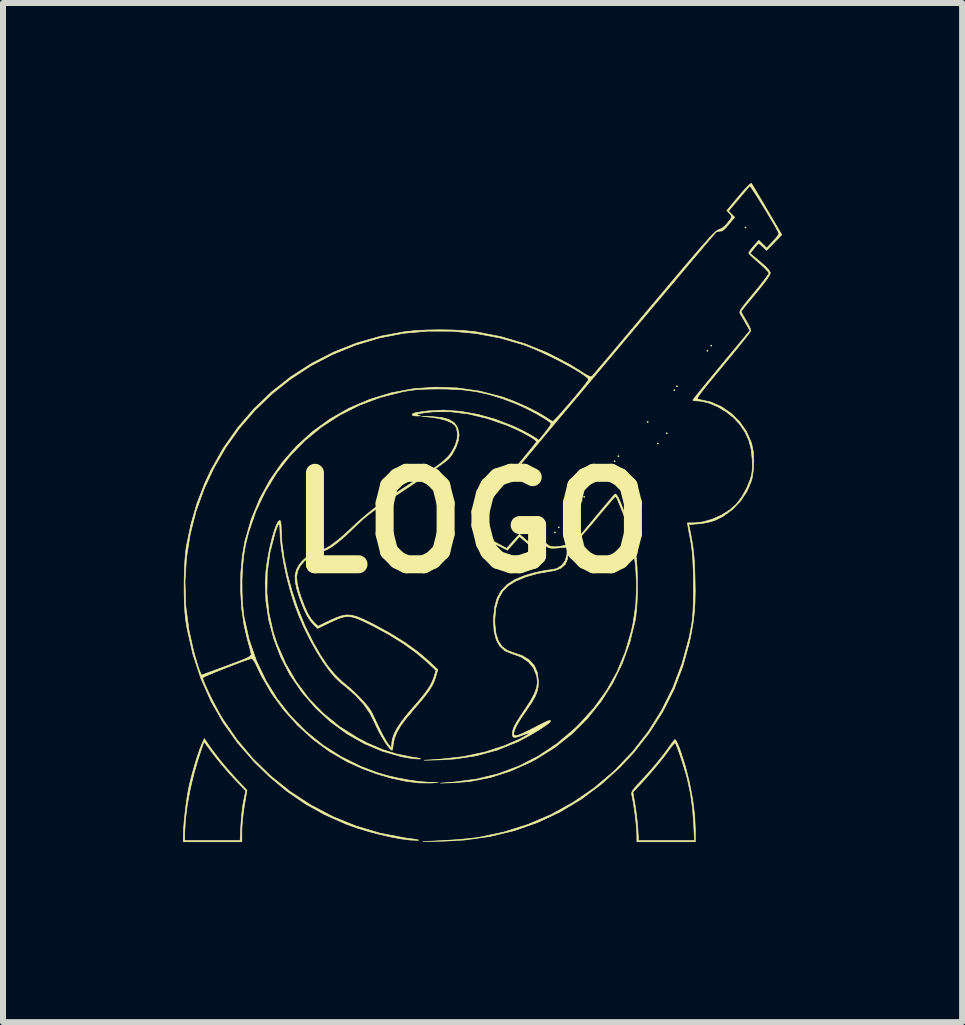
<source format=kicad_pcb>
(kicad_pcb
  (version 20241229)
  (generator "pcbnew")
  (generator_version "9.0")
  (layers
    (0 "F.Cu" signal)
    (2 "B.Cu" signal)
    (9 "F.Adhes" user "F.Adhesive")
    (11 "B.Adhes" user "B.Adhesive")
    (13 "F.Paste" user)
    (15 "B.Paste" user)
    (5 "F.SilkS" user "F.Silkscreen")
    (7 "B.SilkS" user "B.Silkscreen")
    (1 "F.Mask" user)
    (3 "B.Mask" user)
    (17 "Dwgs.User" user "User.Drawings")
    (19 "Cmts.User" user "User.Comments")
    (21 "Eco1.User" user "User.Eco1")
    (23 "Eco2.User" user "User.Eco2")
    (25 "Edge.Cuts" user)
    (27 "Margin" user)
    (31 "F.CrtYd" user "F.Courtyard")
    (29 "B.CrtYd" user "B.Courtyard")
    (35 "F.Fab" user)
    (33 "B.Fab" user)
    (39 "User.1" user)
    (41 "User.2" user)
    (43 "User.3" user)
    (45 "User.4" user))
  (footprint "LOGO"
    (layer "F.Cu")
    (at 4.81 5.662)
    (property "Reference" "LOGO" (at 0 0 0) (layer "F.SilkS") (effects (font (size 1.524 1.524) (thickness 0.3))))
    (attr through_hole)
    (fp_poly (pts (xy 1.397 0.159) (xy 1.386 0.169) (xy 1.376 0.159) (xy 1.386 0.148) (xy 1.397 0.159)) (stroke (width 0.01) (type solid)) (fill yes) (layer "F.SilkS"))
    (fp_poly (pts (xy 1.46 0.074) (xy 1.45 0.085) (xy 1.439 0.074) (xy 1.45 0.064) (xy 1.46 0.074)) (stroke (width 0.01) (type solid)) (fill yes) (layer "F.SilkS"))
    (fp_poly (pts (xy 1.841 -0.37) (xy 1.831 -0.36) (xy 1.82 -0.37) (xy 1.831 -0.381) (xy 1.841 -0.37)) (stroke (width 0.01) (type solid)) (fill yes) (layer "F.SilkS"))
    (fp_poly (pts (xy 1.884 -0.434) (xy 1.873 -0.423) (xy 1.863 -0.434) (xy 1.873 -0.445) (xy 1.884 -0.434)) (stroke (width 0.01) (type solid)) (fill yes) (layer "F.SilkS"))
    (fp_poly (pts (xy 2.392 -1.027) (xy 2.381 -1.016) (xy 2.371 -1.027) (xy 2.381 -1.037) (xy 2.392 -1.027)) (stroke (width 0.01) (type solid)) (fill yes) (layer "F.SilkS"))
    (fp_poly (pts (xy 2.455 -1.111) (xy 2.445 -1.101) (xy 2.434 -1.111) (xy 2.445 -1.122) (xy 2.455 -1.111)) (stroke (width 0.01) (type solid)) (fill yes) (layer "F.SilkS"))
    (fp_poly (pts (xy 2.646 -0.751) (xy 2.635 -0.741) (xy 2.625 -0.751) (xy 2.635 -0.762) (xy 2.646 -0.751)) (stroke (width 0.01) (type solid)) (fill yes) (layer "F.SilkS"))
    (fp_poly (pts (xy 2.942 -1.683) (xy 2.932 -1.672) (xy 2.921 -1.683) (xy 2.932 -1.693) (xy 2.942 -1.683)) (stroke (width 0.01) (type solid)) (fill yes) (layer "F.SilkS"))
    (fp_poly (pts (xy 3.111 -1.323) (xy 3.101 -1.312) (xy 3.09 -1.323) (xy 3.101 -1.333) (xy 3.111 -1.323)) (stroke (width 0.01) (type solid)) (fill yes) (layer "F.SilkS"))
    (fp_poly (pts (xy 3.26 -1.492) (xy 3.249 -1.482) (xy 3.239 -1.492) (xy 3.249 -1.503) (xy 3.26 -1.492)) (stroke (width 0.01) (type solid)) (fill yes) (layer "F.SilkS"))
    (fp_poly (pts (xy 3.387 -2.212) (xy 3.376 -2.201) (xy 3.365 -2.212) (xy 3.376 -2.223) (xy 3.387 -2.212)) (stroke (width 0.01) (type solid)) (fill yes) (layer "F.SilkS"))
    (fp_poly (pts (xy 3.429 -2.275) (xy 3.418 -2.265) (xy 3.408 -2.275) (xy 3.418 -2.286) (xy 3.429 -2.275)) (stroke (width 0.01) (type solid)) (fill yes) (layer "F.SilkS"))
    (fp_poly (pts (xy 3.937 -2.868) (xy 3.926 -2.857) (xy 3.916 -2.868) (xy 3.926 -2.879) (xy 3.937 -2.868)) (stroke (width 0.01) (type solid)) (fill yes) (layer "F.SilkS"))
    (fp_poly (pts (xy 4 -2.953) (xy 3.99 -2.942) (xy 3.979 -2.953) (xy 3.99 -2.963) (xy 4 -2.953)) (stroke (width 0.01) (type solid)) (fill yes) (layer "F.SilkS"))
    (fp_poly (pts (xy 4.572 -4.921) (xy 4.561 -4.911) (xy 4.551 -4.921) (xy 4.561 -4.932) (xy 4.572 -4.921)) (stroke (width 0.01) (type solid)) (fill yes) (layer "F.SilkS"))
    (fp_poly (pts (xy -4.379 3.707) (xy -4.295 3.824) (xy -4.189 3.96) (xy -4.068 4.105) (xy -3.941 4.247) (xy -3.895 4.297) (xy -3.746 4.455) (xy -3.788 4.707) (xy -3.806 4.827) (xy -3.82 4.954) (xy -3.829 5.07) (xy -3.831 5.136) (xy -3.831 5.313) (xy -4.805 5.313) (xy -4.805 5.212) (xy -4.804 5.199) (xy -4.784 5.199) (xy -4.784 5.292) (xy -3.859 5.292) (xy -3.847 5.043) (xy -3.838 4.923) (xy -3.826 4.799) (xy -3.811 4.688) (xy -3.8 4.629) (xy -3.765 4.463) (xy -3.953 4.267) (xy -4.047 4.165) (xy -4.149 4.046) (xy -4.246 3.929) (xy -4.302 3.857) (xy -4.462 3.644) (xy -4.558 3.933) (xy -4.63 4.179) (xy -4.691 4.436) (xy -4.739 4.693) (xy -4.77 4.938) (xy -4.783 5.161) (xy -4.784 5.199) (xy -4.804 5.199) (xy -4.801 5.098) (xy -4.79 4.955) (xy -4.773 4.799) (xy -4.753 4.641) (xy -4.73 4.496) (xy -4.719 4.434) (xy -4.692 4.313) (xy -4.656 4.175) (xy -4.615 4.032) (xy -4.573 3.894) (xy -4.532 3.774) (xy -4.496 3.683) (xy -4.492 3.675) (xy -4.455 3.593) (xy -4.379 3.707)) (stroke (width 0.01) (type solid)) (fill yes) (layer "F.SilkS"))
    (fp_poly (pts (xy 3.4 3.623) (xy 3.424 3.669) (xy 3.454 3.738) (xy 3.471 3.784) (xy 3.557 4.049) (xy 3.627 4.327) (xy 3.68 4.605) (xy 3.714 4.872) (xy 3.725 5.112) (xy 3.725 5.313) (xy 2.752 5.313) (xy 2.751 5.191) (xy 2.747 5.112) (xy 2.738 5.004) (xy 2.724 4.881) (xy 2.707 4.757) (xy 2.689 4.645) (xy 2.672 4.558) (xy 2.671 4.551) (xy 2.664 4.517) (xy 2.667 4.488) (xy 2.667 4.486) (xy 2.685 4.486) (xy 2.718 4.682) (xy 2.736 4.8) (xy 2.752 4.934) (xy 2.764 5.06) (xy 2.766 5.085) (xy 2.779 5.292) (xy 3.711 5.292) (xy 3.698 5.011) (xy 3.678 4.75) (xy 3.644 4.507) (xy 3.591 4.261) (xy 3.589 4.254) (xy 3.566 4.17) (xy 3.537 4.074) (xy 3.505 3.971) (xy 3.472 3.872) (xy 3.44 3.784) (xy 3.414 3.714) (xy 3.395 3.671) (xy 3.387 3.662) (xy 3.368 3.678) (xy 3.334 3.719) (xy 3.301 3.762) (xy 3.198 3.901) (xy 3.073 4.055) (xy 2.938 4.212) (xy 2.838 4.323) (xy 2.685 4.486) (xy 2.667 4.486) (xy 2.683 4.456) (xy 2.716 4.413) (xy 2.772 4.351) (xy 2.814 4.307) (xy 2.937 4.172) (xy 3.061 4.029) (xy 3.174 3.889) (xy 3.269 3.763) (xy 3.298 3.721) (xy 3.339 3.665) (xy 3.371 3.623) (xy 3.385 3.61) (xy 3.4 3.623)) (stroke (width 0.01) (type solid)) (fill yes) (layer "F.SilkS"))
    (fp_poly (pts (xy -0.656 -1.77) (xy -0.498 -1.755) (xy -0.377 -1.721) (xy -0.29 -1.666) (xy -0.236 -1.589) (xy -0.213 -1.488) (xy -0.212 -1.456) (xy -0.227 -1.358) (xy -0.268 -1.248) (xy -0.328 -1.14) (xy -0.372 -1.081) (xy -0.405 -1.051) (xy -0.469 -1.001) (xy -0.558 -0.936) (xy -0.667 -0.858) (xy -0.793 -0.771) (xy -0.929 -0.679) (xy -0.984 -0.642) (xy -1.167 -0.521) (xy -1.318 -0.42) (xy -1.443 -0.336) (xy -1.545 -0.266) (xy -1.629 -0.206) (xy -1.699 -0.154) (xy -1.759 -0.107) (xy -1.814 -0.06) (xy -1.867 -0.012) (xy -1.923 0.041) (xy -1.987 0.103) (xy -2.001 0.117) (xy -2.127 0.235) (xy -2.242 0.332) (xy -2.341 0.404) (xy -2.421 0.45) (xy -2.477 0.466) (xy -2.53 0.478) (xy -2.603 0.51) (xy -2.681 0.555) (xy -2.753 0.604) (xy -2.791 0.637) (xy -2.859 0.718) (xy -2.901 0.802) (xy -2.918 0.895) (xy -2.909 1.005) (xy -2.877 1.139) (xy -2.846 1.234) (xy -2.788 1.388) (xy -2.734 1.507) (xy -2.68 1.597) (xy -2.622 1.665) (xy -2.616 1.67) (xy -2.561 1.722) (xy -2.366 1.628) (xy -2.258 1.58) (xy -2.167 1.548) (xy -2.087 1.534) (xy -2.006 1.538) (xy -1.918 1.561) (xy -1.812 1.604) (xy -1.682 1.667) (xy -1.64 1.688) (xy -1.359 1.841) (xy -1.107 1.998) (xy -0.889 2.156) (xy -0.733 2.289) (xy -0.566 2.445) (xy -0.599 2.561) (xy -0.625 2.636) (xy -0.659 2.709) (xy -0.706 2.786) (xy -0.771 2.874) (xy -0.857 2.979) (xy -0.968 3.108) (xy -1.091 3.253) (xy -1.183 3.377) (xy -1.247 3.487) (xy -1.288 3.586) (xy -1.307 3.681) (xy -1.308 3.684) (xy -1.315 3.744) (xy -1.323 3.782) (xy -1.328 3.789) (xy -1.355 3.771) (xy -1.395 3.723) (xy -1.444 3.653) (xy -1.496 3.568) (xy -1.547 3.477) (xy -1.592 3.386) (xy -1.61 3.343) (xy -1.692 3.178) (xy -1.798 3.024) (xy -1.935 2.874) (xy -2.106 2.724) (xy -2.174 2.671) (xy -2.268 2.584) (xy -2.371 2.463) (xy -2.478 2.313) (xy -2.586 2.141) (xy -2.691 1.952) (xy -2.79 1.753) (xy -2.879 1.55) (xy -2.953 1.355) (xy -3.022 1.133) (xy -3.083 0.902) (xy -3.132 0.67) (xy -3.169 0.448) (xy -3.191 0.247) (xy -3.196 0.111) (xy -3.199 0.044) (xy -3.207 0.016) (xy -3.223 0.027) (xy -3.246 0.077) (xy -3.278 0.169) (xy -3.279 0.171) (xy -3.363 0.496) (xy -3.408 0.829) (xy -3.413 1.165) (xy -3.38 1.499) (xy -3.307 1.825) (xy -3.246 2.01) (xy -3.102 2.341) (xy -2.925 2.646) (xy -2.716 2.924) (xy -2.475 3.173) (xy -2.204 3.393) (xy -1.903 3.583) (xy -1.728 3.674) (xy -1.487 3.777) (xy -1.252 3.851) (xy -1.002 3.902) (xy -0.974 3.906) (xy -0.894 3.918) (xy -0.855 3.927) (xy -0.854 3.931) (xy -0.889 3.933) (xy -0.955 3.929) (xy -1.046 3.917) (xy -1.143 3.9) (xy -1.164 3.896) (xy -1.483 3.806) (xy -1.789 3.678) (xy -2.08 3.513) (xy -2.352 3.314) (xy -2.603 3.083) (xy -2.828 2.823) (xy -3.025 2.536) (xy -3.037 2.516) (xy -3.183 2.234) (xy -3.298 1.933) (xy -3.381 1.622) (xy -3.429 1.308) (xy -3.441 0.998) (xy -3.429 0.809) (xy -3.411 0.667) (xy -3.387 0.524) (xy -3.358 0.384) (xy -3.326 0.254) (xy -3.293 0.141) (xy -3.26 0.049) (xy -3.23 -0.013) (xy -3.203 -0.041) (xy -3.197 -0.042) (xy -3.185 -0.023) (xy -3.177 0.031) (xy -3.175 0.091) (xy -3.163 0.326) (xy -3.127 0.586) (xy -3.07 0.86) (xy -2.994 1.139) (xy -2.902 1.414) (xy -2.796 1.676) (xy -2.762 1.751) (xy -2.64 1.996) (xy -2.521 2.203) (xy -2.405 2.377) (xy -2.286 2.522) (xy -2.162 2.644) (xy -2.116 2.682) (xy -2.008 2.773) (xy -1.903 2.872) (xy -1.809 2.97) (xy -1.732 3.06) (xy -1.679 3.135) (xy -1.668 3.155) (xy -1.644 3.205) (xy -1.607 3.282) (xy -1.564 3.372) (xy -1.536 3.429) (xy -1.49 3.521) (xy -1.444 3.605) (xy -1.405 3.669) (xy -1.387 3.694) (xy -1.334 3.757) (xy -1.334 3.691) (xy -1.324 3.608) (xy -1.294 3.518) (xy -1.242 3.418) (xy -1.164 3.303) (xy -1.058 3.169) (xy -0.954 3.049) (xy -0.846 2.923) (xy -0.764 2.818) (xy -0.703 2.729) (xy -0.659 2.647) (xy -0.628 2.566) (xy -0.624 2.551) (xy -0.595 2.457) (xy -0.756 2.307) (xy -0.933 2.158) (xy -1.145 2.006) (xy -1.386 1.857) (xy -1.648 1.715) (xy -1.66 1.709) (xy -1.795 1.643) (xy -1.901 1.596) (xy -1.987 1.569) (xy -2.063 1.559) (xy -2.137 1.568) (xy -2.217 1.593) (xy -2.312 1.635) (xy -2.361 1.658) (xy -2.568 1.758) (xy -2.629 1.7) (xy -2.687 1.634) (xy -2.74 1.552) (xy -2.792 1.445) (xy -2.847 1.306) (xy -2.868 1.249) (xy -2.916 1.097) (xy -2.941 0.974) (xy -2.943 0.871) (xy -2.921 0.782) (xy -2.875 0.698) (xy -2.821 0.633) (xy -2.756 0.574) (xy -2.676 0.518) (xy -2.592 0.474) (xy -2.519 0.448) (xy -2.491 0.445) (xy -2.437 0.429) (xy -2.359 0.384) (xy -2.261 0.311) (xy -2.144 0.215) (xy -2.014 0.096) (xy -1.985 0.068) (xy -1.875 -0.034) (xy -1.764 -0.13) (xy -1.646 -0.225) (xy -1.515 -0.323) (xy -1.365 -0.428) (xy -1.189 -0.545) (xy -0.99 -0.674) (xy -0.822 -0.782) (xy -0.686 -0.872) (xy -0.578 -0.948) (xy -0.493 -1.012) (xy -0.428 -1.07) (xy -0.377 -1.124) (xy -0.337 -1.178) (xy -0.304 -1.237) (xy -0.273 -1.301) (xy -0.244 -1.397) (xy -0.238 -1.494) (xy -0.254 -1.579) (xy -0.278 -1.623) (xy -0.336 -1.668) (xy -0.427 -1.708) (xy -0.541 -1.739) (xy -0.667 -1.759) (xy -0.836 -1.775) (xy -0.656 -1.77)) (stroke (width 0.01) (type solid)) (fill yes) (layer "F.SilkS"))
    (fp_poly (pts (xy 4.673 -5.635) (xy 4.705 -5.582) (xy 4.753 -5.502) (xy 4.812 -5.403) (xy 4.88 -5.288) (xy 4.919 -5.221) (xy 5.165 -4.801) (xy 5.039 -4.671) (xy 4.913 -4.54) (xy 4.853 -4.599) (xy 4.812 -4.635) (xy 4.784 -4.655) (xy 4.781 -4.657) (xy 4.762 -4.642) (xy 4.727 -4.603) (xy 4.703 -4.574) (xy 4.636 -4.491) (xy 4.805 -4.35) (xy 4.893 -4.273) (xy 4.947 -4.215) (xy 4.972 -4.174) (xy 4.974 -4.161) (xy 4.96 -4.126) (xy 4.919 -4.062) (xy 4.853 -3.975) (xy 4.766 -3.866) (xy 4.731 -3.824) (xy 4.653 -3.73) (xy 4.585 -3.648) (xy 4.532 -3.582) (xy 4.498 -3.538) (xy 4.487 -3.522) (xy 4.497 -3.5) (xy 4.524 -3.451) (xy 4.562 -3.384) (xy 4.574 -3.365) (xy 4.618 -3.287) (xy 4.641 -3.234) (xy 4.644 -3.198) (xy 4.639 -3.181) (xy 4.62 -3.156) (xy 4.578 -3.102) (xy 4.516 -3.024) (xy 4.437 -2.926) (xy 4.344 -2.812) (xy 4.24 -2.686) (xy 4.171 -2.603) (xy 4.05 -2.456) (xy 3.953 -2.339) (xy 3.879 -2.247) (xy 3.825 -2.178) (xy 3.789 -2.129) (xy 3.768 -2.095) (xy 3.76 -2.075) (xy 3.764 -2.063) (xy 3.775 -2.059) (xy 3.783 -2.057) (xy 3.975 -2.016) (xy 4.156 -1.938) (xy 4.32 -1.826) (xy 4.462 -1.687) (xy 4.576 -1.524) (xy 4.656 -1.342) (xy 4.665 -1.314) (xy 4.69 -1.185) (xy 4.699 -1.035) (xy 4.692 -0.881) (xy 4.67 -0.74) (xy 4.657 -0.695) (xy 4.584 -0.523) (xy 4.476 -0.362) (xy 4.341 -0.222) (xy 4.186 -0.109) (xy 4.05 -0.042) (xy 3.962 -0.015) (xy 3.856 0.006) (xy 3.771 0.016) (xy 3.615 0.027) (xy 3.629 0.093) (xy 3.659 0.244) (xy 3.682 0.379) (xy 3.698 0.509) (xy 3.709 0.65) (xy 3.716 0.812) (xy 3.719 0.915) (xy 3.723 1.134) (xy 3.719 1.324) (xy 3.708 1.497) (xy 3.688 1.664) (xy 3.658 1.838) (xy 3.627 1.987) (xy 3.516 2.391) (xy 3.367 2.78) (xy 3.179 3.151) (xy 2.953 3.503) (xy 2.691 3.835) (xy 2.477 4.064) (xy 2.159 4.353) (xy 1.822 4.604) (xy 1.466 4.818) (xy 1.093 4.993) (xy 0.703 5.129) (xy 0.297 5.226) (xy -0.125 5.284) (xy -0.445 5.302) (xy -0.815 5.31) (xy -0.455 5.292) (xy -0.316 5.283) (xy -0.172 5.272) (xy -0.037 5.259) (xy 0.075 5.246) (xy 0.116 5.24) (xy 0.533 5.152) (xy 0.936 5.025) (xy 1.322 4.86) (xy 1.688 4.658) (xy 2.034 4.421) (xy 2.355 4.15) (xy 2.39 4.117) (xy 2.684 3.808) (xy 2.942 3.476) (xy 3.165 3.121) (xy 3.353 2.743) (xy 3.504 2.343) (xy 3.62 1.921) (xy 3.665 1.693) (xy 3.678 1.592) (xy 3.687 1.458) (xy 3.693 1.3) (xy 3.695 1.127) (xy 3.694 0.949) (xy 3.69 0.773) (xy 3.683 0.611) (xy 3.672 0.47) (xy 3.658 0.359) (xy 3.655 0.339) (xy 3.637 0.243) (xy 3.62 0.155) (xy 3.608 0.089) (xy 3.605 0.069) (xy 3.593 -0.000001) (xy 3.71 0) (xy 3.856 -0.017) (xy 4.013 -0.063) (xy 4.167 -0.132) (xy 4.305 -0.22) (xy 4.406 -0.309) (xy 4.499 -0.431) (xy 4.581 -0.578) (xy 4.637 -0.714) (xy 4.66 -0.791) (xy 4.672 -0.863) (xy 4.676 -0.945) (xy 4.673 -1.053) (xy 4.673 -1.055) (xy 4.655 -1.228) (xy 4.617 -1.375) (xy 4.554 -1.511) (xy 4.469 -1.637) (xy 4.366 -1.75) (xy 4.24 -1.851) (xy 4.1 -1.935) (xy 3.957 -1.996) (xy 3.821 -2.028) (xy 3.764 -2.032) (xy 3.712 -2.035) (xy 3.684 -2.042) (xy 3.683 -2.044) (xy 3.696 -2.062) (xy 3.733 -2.11) (xy 3.791 -2.182) (xy 3.867 -2.275) (xy 3.958 -2.386) (xy 4.061 -2.511) (xy 4.159 -2.63) (xy 4.635 -3.204) (xy 4.569 -3.322) (xy 4.529 -3.391) (xy 4.494 -3.451) (xy 4.475 -3.482) (xy 4.467 -3.499) (xy 4.468 -3.521) (xy 4.482 -3.551) (xy 4.511 -3.594) (xy 4.559 -3.656) (xy 4.629 -3.742) (xy 4.7 -3.828) (xy 4.78 -3.925) (xy 4.849 -4.013) (xy 4.904 -4.085) (xy 4.94 -4.137) (xy 4.953 -4.161) (xy 4.938 -4.186) (xy 4.896 -4.231) (xy 4.836 -4.288) (xy 4.784 -4.334) (xy 4.714 -4.395) (xy 4.658 -4.447) (xy 4.623 -4.484) (xy 4.615 -4.498) (xy 4.629 -4.524) (xy 4.663 -4.57) (xy 4.7 -4.614) (xy 4.783 -4.709) (xy 4.914 -4.578) (xy 5.02 -4.691) (xy 5.071 -4.748) (xy 5.106 -4.794) (xy 5.119 -4.82) (xy 5.119 -4.822) (xy 5.1 -4.861) (xy 5.064 -4.926) (xy 5.016 -5.009) (xy 4.959 -5.105) (xy 4.897 -5.208) (xy 4.833 -5.311) (xy 4.773 -5.409) (xy 4.718 -5.494) (xy 4.674 -5.56) (xy 4.644 -5.603) (xy 4.633 -5.615) (xy 4.613 -5.593) (xy 4.573 -5.546) (xy 4.517 -5.48) (xy 4.451 -5.402) (xy 4.447 -5.397) (xy 4.277 -5.196) (xy 4.328 -5.145) (xy 4.379 -5.094) (xy 4.28 -4.972) (xy 4.219 -4.903) (xy 4.176 -4.867) (xy 4.144 -4.861) (xy 4.142 -4.861) (xy 4.096 -4.857) (xy 4.07 -4.844) (xy 4.053 -4.825) (xy 4.012 -4.776) (xy 3.946 -4.7) (xy 3.859 -4.597) (xy 3.753 -4.472) (xy 3.629 -4.325) (xy 3.489 -4.159) (xy 3.336 -3.977) (xy 3.17 -3.78) (xy 2.994 -3.572) (xy 2.81 -3.353) (xy 2.62 -3.128) (xy 2.426 -2.896) (xy 2.229 -2.662) (xy 2.032 -2.428) (xy 1.836 -2.194) (xy 1.643 -1.965) (xy 1.455 -1.742) (xy 1.275 -1.527) (xy 1.104 -1.322) (xy 0.943 -1.131) (xy 0.795 -0.955) (xy 0.662 -0.796) (xy 0.546 -0.656) (xy 0.448 -0.539) (xy 0.371 -0.446) (xy 0.316 -0.38) (xy 0.285 -0.342) (xy 0.28 -0.335) (xy 0.263 -0.29) (xy 0.275 -0.254) (xy 0.283 -0.23) (xy 0.276 -0.2) (xy 0.25 -0.159) (xy 0.202 -0.098) (xy 0.17 -0.059) (xy 0.114 0.009) (xy 0.071 0.067) (xy 0.046 0.106) (xy 0.042 0.116) (xy 0.06 0.139) (xy 0.104 0.17) (xy 0.132 0.186) (xy 0.192 0.217) (xy 0.275 0.26) (xy 0.366 0.309) (xy 0.402 0.328) (xy 0.582 0.424) (xy 0.688 0.306) (xy 0.794 0.189) (xy 0.931 0.306) (xy 1.015 0.373) (xy 1.076 0.41) (xy 1.12 0.419) (xy 1.152 0.403) (xy 1.169 0.381) (xy 1.207 0.344) (xy 1.246 0.348) (xy 1.27 0.37) (xy 1.314 0.394) (xy 1.39 0.399) (xy 1.488 0.388) (xy 1.591 0.363) (xy 1.629 0.352) (xy 1.662 0.338) (xy 1.693 0.319) (xy 1.729 0.29) (xy 1.771 0.247) (xy 1.826 0.186) (xy 1.897 0.102) (xy 1.988 -0.008) (xy 2.043 -0.074) (xy 2.135 -0.185) (xy 2.219 -0.285) (xy 2.29 -0.369) (xy 2.345 -0.433) (xy 2.38 -0.472) (xy 2.39 -0.482) (xy 2.411 -0.469) (xy 2.441 -0.42) (xy 2.477 -0.343) (xy 2.517 -0.242) (xy 2.56 -0.125) (xy 2.602 0.003) (xy 2.643 0.135) (xy 2.68 0.267) (xy 2.71 0.391) (xy 2.723 0.455) (xy 2.741 0.581) (xy 2.754 0.737) (xy 2.76 0.912) (xy 2.761 1.096) (xy 2.757 1.276) (xy 2.746 1.442) (xy 2.731 1.581) (xy 2.724 1.619) (xy 2.635 1.988) (xy 2.509 2.339) (xy 2.348 2.669) (xy 2.153 2.976) (xy 1.926 3.259) (xy 1.669 3.515) (xy 1.383 3.742) (xy 1.07 3.937) (xy 0.978 3.986) (xy 0.646 4.134) (xy 0.314 4.241) (xy -0.018 4.306) (xy -0.275 4.328) (xy -0.519 4.336) (xy -0.29 4.318) (xy 0.086 4.268) (xy 0.444 4.18) (xy 0.786 4.052) (xy 1.11 3.886) (xy 1.416 3.682) (xy 1.703 3.44) (xy 1.789 3.357) (xy 2.038 3.081) (xy 2.247 2.792) (xy 2.42 2.485) (xy 2.556 2.157) (xy 2.659 1.805) (xy 2.687 1.677) (xy 2.733 1.366) (xy 2.747 1.042) (xy 2.73 0.715) (xy 2.684 0.393) (xy 2.61 0.086) (xy 2.519 -0.169) (xy 2.484 -0.253) (xy 2.454 -0.328) (xy 2.433 -0.381) (xy 2.43 -0.387) (xy 2.41 -0.427) (xy 2.392 -0.44) (xy 2.391 -0.44) (xy 2.374 -0.423) (xy 2.333 -0.377) (xy 2.274 -0.308) (xy 2.199 -0.22) (xy 2.113 -0.118) (xy 2.052 -0.044) (xy 1.935 0.094) (xy 1.836 0.206) (xy 1.758 0.291) (xy 1.7 0.346) (xy 1.669 0.368) (xy 1.63 0.387) (xy 1.613 0.418) (xy 1.609 0.474) (xy 1.609 0.482) (xy 1.596 0.601) (xy 1.557 0.691) (xy 1.488 0.753) (xy 1.386 0.793) (xy 1.309 0.806) (xy 1.097 0.843) (xy 0.903 0.898) (xy 0.736 0.967) (xy 0.61 1.044) (xy 0.515 1.139) (xy 0.445 1.266) (xy 0.401 1.421) (xy 0.384 1.599) (xy 0.385 1.681) (xy 0.403 1.841) (xy 0.442 1.966) (xy 0.504 2.059) (xy 0.591 2.125) (xy 0.685 2.16) (xy 0.841 2.213) (xy 0.959 2.285) (xy 1.042 2.377) (xy 1.092 2.492) (xy 1.11 2.633) (xy 1.11 2.647) (xy 1.106 2.732) (xy 1.088 2.813) (xy 1.053 2.897) (xy 0.998 2.994) (xy 0.919 3.11) (xy 0.895 3.145) (xy 0.809 3.271) (xy 0.746 3.378) (xy 0.709 3.463) (xy 0.699 3.513) (xy 0.706 3.538) (xy 0.729 3.547) (xy 0.774 3.538) (xy 0.844 3.51) (xy 0.943 3.462) (xy 1.027 3.42) (xy 1.137 3.363) (xy 1.215 3.324) (xy 1.266 3.301) (xy 1.296 3.292) (xy 1.309 3.294) (xy 1.312 3.303) (xy 1.295 3.326) (xy 1.247 3.364) (xy 1.175 3.413) (xy 1.087 3.469) (xy 0.989 3.527) (xy 0.889 3.583) (xy 0.793 3.633) (xy 0.756 3.651) (xy 0.422 3.785) (xy 0.078 3.879) (xy -0.279 3.933) (xy -0.508 3.947) (xy -0.794 3.955) (xy -0.529 3.938) (xy -0.143 3.895) (xy 0.218 3.819) (xy 0.552 3.71) (xy 0.804 3.599) (xy 0.892 3.552) (xy 0.946 3.52) (xy 0.964 3.504) (xy 0.947 3.503) (xy 0.892 3.52) (xy 0.85 3.535) (xy 0.768 3.565) (xy 0.716 3.575) (xy 0.689 3.566) (xy 0.678 3.536) (xy 0.677 3.513) (xy 0.681 3.472) (xy 0.693 3.428) (xy 0.717 3.375) (xy 0.757 3.306) (xy 0.814 3.216) (xy 0.894 3.097) (xy 0.9 3.089) (xy 0.987 2.954) (xy 1.046 2.842) (xy 1.081 2.746) (xy 1.094 2.658) (xy 1.086 2.571) (xy 1.08 2.543) (xy 1.029 2.417) (xy 0.943 2.314) (xy 0.823 2.234) (xy 0.668 2.178) (xy 0.667 2.178) (xy 0.555 2.132) (xy 0.469 2.056) (xy 0.409 1.949) (xy 0.373 1.809) (xy 0.362 1.636) (xy 0.364 1.58) (xy 0.382 1.402) (xy 0.423 1.253) (xy 0.491 1.13) (xy 0.589 1.028) (xy 0.719 0.945) (xy 0.885 0.877) (xy 1.033 0.834) (xy 1.129 0.812) (xy 1.218 0.794) (xy 1.288 0.784) (xy 1.31 0.783) (xy 1.414 0.763) (xy 1.498 0.71) (xy 1.558 0.629) (xy 1.586 0.526) (xy 1.587 0.496) (xy 1.587 0.405) (xy 1.439 0.417) (xy 1.354 0.422) (xy 1.3 0.418) (xy 1.265 0.405) (xy 1.253 0.395) (xy 1.222 0.373) (xy 1.198 0.382) (xy 1.179 0.403) (xy 1.138 0.435) (xy 1.091 0.44) (xy 1.03 0.414) (xy 0.951 0.358) (xy 0.925 0.336) (xy 0.795 0.228) (xy 0.594 0.455) (xy 0.369 0.339) (xy 0.245 0.274) (xy 0.154 0.226) (xy 0.092 0.19) (xy 0.052 0.163) (xy 0.03 0.141) (xy 0.022 0.123) (xy 0.021 0.114) (xy 0.034 0.082) (xy 0.068 0.028) (xy 0.117 -0.038) (xy 0.138 -0.064) (xy 0.196 -0.137) (xy 0.229 -0.189) (xy 0.244 -0.229) (xy 0.243 -0.265) (xy 0.243 -0.267) (xy 0.242 -0.287) (xy 0.248 -0.311) (xy 0.264 -0.342) (xy 0.292 -0.385) (xy 0.335 -0.444) (xy 0.397 -0.521) (xy 0.478 -0.62) (xy 0.584 -0.746) (xy 0.655 -0.831) (xy 0.76 -0.956) (xy 0.855 -1.071) (xy 0.938 -1.172) (xy 1.005 -1.254) (xy 1.052 -1.314) (xy 1.077 -1.348) (xy 1.079 -1.354) (xy 1.061 -1.377) (xy 1.011 -1.413) (xy 0.936 -1.458) (xy 0.844 -1.508) (xy 0.741 -1.558) (xy 0.635 -1.606) (xy 0.582 -1.628) (xy 0.259 -1.74) (xy -0.053 -1.815) (xy -0.353 -1.852) (xy -0.638 -1.851) (xy -0.741 -1.841) (xy -0.838 -1.827) (xy -0.896 -1.817) (xy -0.919 -1.808) (xy -0.91 -1.801) (xy -0.9 -1.798) (xy -0.861 -1.788) (xy -0.859 -1.783) (xy -0.895 -1.781) (xy -0.915 -1.781) (xy -0.97 -1.785) (xy -0.994 -1.799) (xy -0.983 -1.818) (xy -0.962 -1.828) (xy -0.928 -1.836) (xy -0.862 -1.847) (xy -0.778 -1.859) (xy -0.735 -1.865) (xy -0.471 -1.879) (xy -0.191 -1.859) (xy 0.099 -1.808) (xy 0.392 -1.726) (xy 0.68 -1.615) (xy 0.813 -1.553) (xy 0.901 -1.508) (xy 0.98 -1.465) (xy 1.04 -1.43) (xy 1.059 -1.417) (xy 1.118 -1.376) (xy 1.22 -1.503) (xy 1.269 -1.566) (xy 1.306 -1.619) (xy 1.322 -1.651) (xy 1.323 -1.654) (xy 1.305 -1.675) (xy 1.256 -1.711) (xy 1.183 -1.757) (xy 1.094 -1.809) (xy 0.995 -1.863) (xy 0.894 -1.914) (xy 0.798 -1.959) (xy 0.753 -1.979) (xy 0.512 -2.071) (xy 0.288 -2.14) (xy 0.07 -2.188) (xy -0.156 -2.217) (xy -0.404 -2.23) (xy -0.54 -2.232) (xy -0.699 -2.23) (xy -0.827 -2.226) (xy -0.935 -2.218) (xy -1.036 -2.206) (xy -1.139 -2.188) (xy -1.158 -2.184) (xy -1.526 -2.09) (xy -1.874 -1.96) (xy -2.2 -1.795) (xy -2.503 -1.598) (xy -2.781 -1.37) (xy -3.031 -1.114) (xy -3.252 -0.83) (xy -3.441 -0.522) (xy -3.598 -0.191) (xy -3.719 0.162) (xy -3.769 0.363) (xy -3.798 0.533) (xy -3.818 0.732) (xy -3.828 0.946) (xy -3.827 1.163) (xy -3.817 1.369) (xy -3.797 1.553) (xy -3.792 1.579) (xy -3.709 1.947) (xy -3.588 2.297) (xy -3.431 2.626) (xy -3.241 2.933) (xy -3.019 3.215) (xy -2.766 3.471) (xy -2.485 3.699) (xy -2.177 3.895) (xy -1.844 4.06) (xy -1.582 4.159) (xy -1.42 4.207) (xy -1.238 4.25) (xy -1.05 4.285) (xy -0.873 4.31) (xy -0.719 4.322) (xy -0.712 4.322) (xy -0.561 4.326) (xy -0.688 4.334) (xy -0.881 4.332) (xy -1.099 4.304) (xy -1.335 4.254) (xy -1.579 4.183) (xy -1.824 4.093) (xy -2.063 3.985) (xy -2.08 3.977) (xy -2.369 3.809) (xy -2.645 3.606) (xy -2.902 3.372) (xy -3.135 3.114) (xy -3.338 2.836) (xy -3.507 2.544) (xy -3.569 2.413) (xy -3.613 2.323) (xy -3.648 2.272) (xy -3.67 2.26) (xy -3.711 2.272) (xy -3.781 2.295) (xy -3.871 2.328) (xy -3.975 2.368) (xy -4.085 2.41) (xy -4.195 2.454) (xy -4.296 2.495) (xy -4.382 2.531) (xy -4.446 2.559) (xy -4.479 2.577) (xy -4.483 2.58) (xy -4.477 2.609) (xy -4.455 2.668) (xy -4.419 2.75) (xy -4.374 2.847) (xy -4.322 2.952) (xy -4.267 3.058) (xy -4.214 3.157) (xy -4.164 3.243) (xy -4.154 3.26) (xy -3.916 3.607) (xy -3.647 3.927) (xy -3.35 4.217) (xy -3.027 4.476) (xy -2.68 4.702) (xy -2.313 4.895) (xy -1.928 5.051) (xy -1.528 5.17) (xy -1.114 5.249) (xy -1.037 5.26) (xy -0.949 5.271) (xy -0.898 5.281) (xy -0.886 5.287) (xy -0.91 5.289) (xy -1.028 5.284) (xy -1.176 5.265) (xy -1.346 5.233) (xy -1.528 5.192) (xy -1.715 5.143) (xy -1.897 5.088) (xy -2.065 5.029) (xy -2.104 5.014) (xy -2.454 4.859) (xy -2.779 4.677) (xy -3.085 4.467) (xy -3.378 4.221) (xy -3.621 3.985) (xy -3.899 3.667) (xy -4.14 3.33) (xy -4.344 2.972) (xy -4.512 2.594) (xy -4.644 2.194) (xy -4.741 1.771) (xy -4.766 1.619) (xy -4.779 1.494) (xy -4.788 1.338) (xy -4.792 1.162) (xy -4.792 0.978) (xy -4.778 0.978) (xy -4.765 1.382) (xy -4.712 1.789) (xy -4.635 2.133) (xy -4.606 2.238) (xy -4.577 2.335) (xy -4.553 2.413) (xy -4.538 2.455) (xy -4.505 2.537) (xy -4.311 2.466) (xy -4.203 2.427) (xy -4.076 2.38) (xy -3.95 2.333) (xy -3.895 2.312) (xy -3.794 2.273) (xy -3.728 2.243) (xy -3.691 2.219) (xy -3.676 2.198) (xy -3.675 2.188) (xy -3.682 2.151) (xy -3.698 2.085) (xy -3.721 2.001) (xy -3.732 1.964) (xy -3.793 1.707) (xy -3.833 1.426) (xy -3.851 1.131) (xy -3.848 0.835) (xy -3.822 0.549) (xy -3.779 0.307) (xy -3.676 -0.054) (xy -3.536 -0.396) (xy -3.362 -0.715) (xy -3.155 -1.01) (xy -2.918 -1.279) (xy -2.653 -1.52) (xy -2.36 -1.731) (xy -2.043 -1.911) (xy -1.703 -2.056) (xy -1.343 -2.166) (xy -1.329 -2.169) (xy -0.972 -2.235) (xy -0.606 -2.261) (xy -0.237 -2.248) (xy 0.128 -2.196) (xy 0.483 -2.105) (xy 0.536 -2.088) (xy 0.681 -2.034) (xy 0.835 -1.969) (xy 0.987 -1.898) (xy 1.123 -1.827) (xy 1.232 -1.761) (xy 1.241 -1.755) (xy 1.295 -1.719) (xy 1.337 -1.695) (xy 1.348 -1.689) (xy 1.367 -1.703) (xy 1.408 -1.743) (xy 1.465 -1.805) (xy 1.534 -1.883) (xy 1.611 -1.971) (xy 1.69 -2.063) (xy 1.766 -2.154) (xy 1.835 -2.237) (xy 1.891 -2.308) (xy 1.93 -2.359) (xy 1.947 -2.387) (xy 1.947 -2.389) (xy 1.929 -2.416) (xy 1.877 -2.458) (xy 1.797 -2.511) (xy 1.695 -2.572) (xy 1.576 -2.638) (xy 1.446 -2.707) (xy 1.31 -2.775) (xy 1.173 -2.84) (xy 1.041 -2.898) (xy 0.92 -2.947) (xy 0.857 -2.97) (xy 0.472 -3.081) (xy 0.074 -3.156) (xy -0.331 -3.194) (xy -0.737 -3.195) (xy -1.137 -3.159) (xy -1.525 -3.085) (xy -1.545 -3.08) (xy -1.947 -2.959) (xy -2.328 -2.803) (xy -2.686 -2.614) (xy -3.021 -2.394) (xy -3.332 -2.146) (xy -3.616 -1.872) (xy -3.872 -1.575) (xy -4.099 -1.256) (xy -4.296 -0.918) (xy -4.461 -0.563) (xy -4.594 -0.194) (xy -4.691 0.187) (xy -4.753 0.579) (xy -4.778 0.978) (xy -4.792 0.978) (xy -4.792 0.976) (xy -4.788 0.793) (xy -4.779 0.622) (xy -4.766 0.474) (xy -4.755 0.392) (xy -4.678 0.021) (xy -4.578 -0.325) (xy -4.449 -0.658) (xy -4.347 -0.876) (xy -4.141 -1.242) (xy -3.902 -1.583) (xy -3.633 -1.896) (xy -3.336 -2.181) (xy -3.013 -2.435) (xy -2.667 -2.657) (xy -2.3 -2.845) (xy -1.915 -2.997) (xy -1.513 -3.112) (xy -1.123 -3.184) (xy -0.954 -3.202) (xy -0.757 -3.213) (xy -0.546 -3.217) (xy -0.334 -3.214) (xy -0.135 -3.204) (xy 0.039 -3.187) (xy 0.07 -3.183) (xy 0.48 -3.104) (xy 0.88 -2.986) (xy 1.264 -2.831) (xy 1.628 -2.642) (xy 1.82 -2.522) (xy 1.908 -2.467) (xy 1.969 -2.438) (xy 2 -2.436) (xy 2 -2.437) (xy 2.017 -2.456) (xy 2.059 -2.505) (xy 2.123 -2.581) (xy 2.209 -2.682) (xy 2.313 -2.805) (xy 2.433 -2.948) (xy 2.567 -3.108) (xy 2.714 -3.282) (xy 2.87 -3.468) (xy 3.034 -3.664) (xy 3.038 -3.668) (xy 3.233 -3.9) (xy 3.402 -4.101) (xy 3.548 -4.274) (xy 3.673 -4.42) (xy 3.777 -4.542) (xy 3.864 -4.641) (xy 3.935 -4.721) (xy 3.991 -4.782) (xy 4.035 -4.827) (xy 4.068 -4.857) (xy 4.093 -4.876) (xy 4.11 -4.885) (xy 4.115 -4.886) (xy 4.171 -4.908) (xy 4.235 -4.964) (xy 4.309 -5.056) (xy 4.315 -5.064) (xy 4.331 -5.096) (xy 4.32 -5.127) (xy 4.297 -5.154) (xy 4.25 -5.203) (xy 4.447 -5.439) (xy 4.517 -5.521) (xy 4.578 -5.588) (xy 4.626 -5.635) (xy 4.653 -5.657) (xy 4.658 -5.657) (xy 4.673 -5.635)) (stroke (width 0.01) (type solid)) (fill yes) (layer "F.SilkS")))
  (gr_rect
    (start -3 -3)
    (end 12.98 13.98)
    (stroke (width 0.1) (type default))
    (fill no)
    (layer "Edge.Cuts")))
</source>
